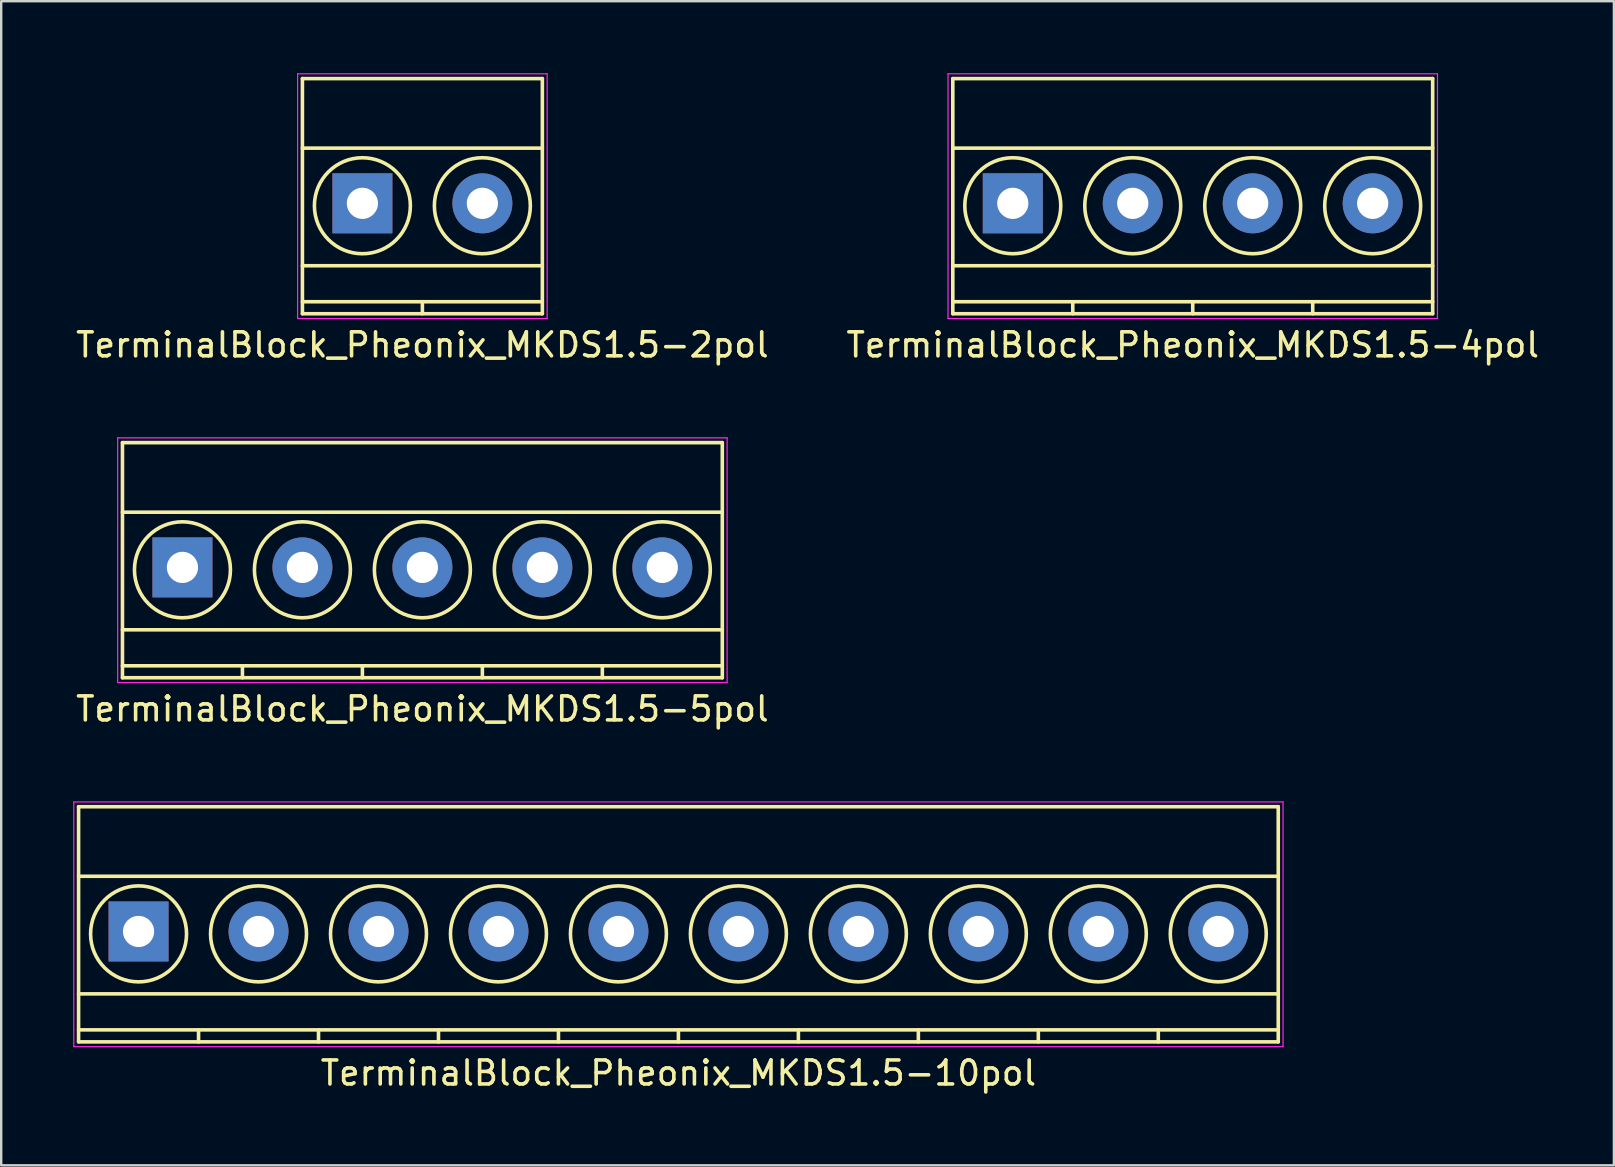
<source format=kicad_pcb>
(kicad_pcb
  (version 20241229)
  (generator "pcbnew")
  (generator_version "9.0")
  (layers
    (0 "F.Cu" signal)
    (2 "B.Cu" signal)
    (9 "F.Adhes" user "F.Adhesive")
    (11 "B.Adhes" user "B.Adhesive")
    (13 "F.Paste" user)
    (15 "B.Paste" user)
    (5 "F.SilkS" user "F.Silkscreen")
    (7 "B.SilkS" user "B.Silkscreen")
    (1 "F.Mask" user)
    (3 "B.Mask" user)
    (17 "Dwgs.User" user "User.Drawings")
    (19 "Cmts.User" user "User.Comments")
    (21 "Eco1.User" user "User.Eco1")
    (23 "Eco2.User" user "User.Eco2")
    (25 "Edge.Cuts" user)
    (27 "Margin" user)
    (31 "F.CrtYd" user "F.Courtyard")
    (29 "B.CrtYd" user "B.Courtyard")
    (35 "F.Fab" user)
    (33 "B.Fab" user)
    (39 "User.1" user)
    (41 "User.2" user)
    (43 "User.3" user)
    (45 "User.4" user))
  (footprint "TerminalBlock_Pheonix_MKDS1.5-4pol"
    (layer "F.Cu")
    (at 39.161 5.425)
    (property "Reference" "TerminalBlock_Pheonix_MKDS1.5-4pol" (at 7.5 5.9 0) (layer "F.SilkS") (effects (font (size 1 1) (thickness 0.15))))
    (attr through_hole)
    (fp_line (start -2.5 -5.2) (end -2.5 4.6) (stroke (width 0.15) (type solid)) (layer "F.SilkS"))
    (fp_line (start -2.5 -2.3) (end 17.5 -2.3) (stroke (width 0.15) (type solid)) (layer "F.SilkS"))
    (fp_line (start -2.5 2.6) (end 17.5 2.6) (stroke (width 0.15) (type solid)) (layer "F.SilkS"))
    (fp_line (start -2.5 4.1) (end 17.5 4.1) (stroke (width 0.15) (type solid)) (layer "F.SilkS"))
    (fp_line (start -2.5 4.6) (end 17.5 4.6) (stroke (width 0.15) (type solid)) (layer "F.SilkS"))
    (fp_line (start 2.5 4.1) (end 2.5 4.6) (stroke (width 0.15) (type solid)) (layer "F.SilkS"))
    (fp_line (start 7.5 4.1) (end 7.5 4.6) (stroke (width 0.15) (type solid)) (layer "F.SilkS"))
    (fp_line (start 12.5 4.1) (end 12.5 4.6) (stroke (width 0.15) (type solid)) (layer "F.SilkS"))
    (fp_line (start 17.5 -5.2) (end -2.5 -5.2) (stroke (width 0.15) (type solid)) (layer "F.SilkS"))
    (fp_line (start 17.5 4.6) (end 17.5 -5.2) (stroke (width 0.15) (type solid)) (layer "F.SilkS"))
    (fp_circle (center 0 0.1) (end 2 0.1) (stroke (width 0.15) (type solid)) (fill no) (layer "F.SilkS"))
    (fp_circle (center 5 0.1) (end 3 0.1) (stroke (width 0.15) (type solid)) (fill no) (layer "F.SilkS"))
    (fp_circle (center 10 0.1) (end 8 0.1) (stroke (width 0.15) (type solid)) (fill no) (layer "F.SilkS"))
    (fp_circle (center 15 0.1) (end 13 0.1) (stroke (width 0.15) (type solid)) (fill no) (layer "F.SilkS"))
    (fp_line (start -2.7 -5.4) (end 17.7 -5.4) (stroke (width 0.05) (type solid)) (layer "F.CrtYd"))
    (fp_line (start -2.7 4.8) (end -2.7 -5.4) (stroke (width 0.05) (type solid)) (layer "F.CrtYd"))
    (fp_line (start 17.7 -5.4) (end 17.7 4.8) (stroke (width 0.05) (type solid)) (layer "F.CrtYd"))
    (fp_line (start 17.7 4.8) (end -2.7 4.8) (stroke (width 0.05) (type solid)) (layer "F.CrtYd"))
    (pad "1" thru_hole rect (at 0 0) (size 2.5 2.5) (drill 1.3) (layers "*.Cu" "*.Mask"))
    (pad "2" thru_hole circle (at 5 0) (size 2.5 2.5) (drill 1.3) (layers "*.Cu" "*.Mask"))
    (pad "3" thru_hole circle (at 10 0) (size 2.5 2.5) (drill 1.3) (layers "*.Cu" "*.Mask"))
    (pad "4" thru_hole circle (at 15 0) (size 2.5 2.5) (drill 1.3) (layers "*.Cu" "*.Mask")))
  (footprint "TerminalBlock_Pheonix_MKDS1.5-2pol"
    (layer "F.Cu")
    (at 12.054 5.425)
    (property "Reference" "TerminalBlock_Pheonix_MKDS1.5-2pol" (at 2.5 5.9 0) (layer "F.SilkS") (effects (font (size 1 1) (thickness 0.15))))
    (attr through_hole)
    (fp_line (start -2.5 -5.2) (end -2.5 4.6) (stroke (width 0.15) (type solid)) (layer "F.SilkS"))
    (fp_line (start -2.5 -2.3) (end 7.5 -2.3) (stroke (width 0.15) (type solid)) (layer "F.SilkS"))
    (fp_line (start -2.5 2.6) (end 7.5 2.6) (stroke (width 0.15) (type solid)) (layer "F.SilkS"))
    (fp_line (start -2.5 4.1) (end 7.5 4.1) (stroke (width 0.15) (type solid)) (layer "F.SilkS"))
    (fp_line (start -2.5 4.6) (end 7.5 4.6) (stroke (width 0.15) (type solid)) (layer "F.SilkS"))
    (fp_line (start 2.5 4.1) (end 2.5 4.6) (stroke (width 0.15) (type solid)) (layer "F.SilkS"))
    (fp_line (start 7.5 -5.2) (end -2.5 -5.2) (stroke (width 0.15) (type solid)) (layer "F.SilkS"))
    (fp_line (start 7.5 4.6) (end 7.5 -5.2) (stroke (width 0.15) (type solid)) (layer "F.SilkS"))
    (fp_circle (center 0 0.1) (end 2 0.1) (stroke (width 0.15) (type solid)) (fill no) (layer "F.SilkS"))
    (fp_circle (center 5 0.1) (end 3 0.1) (stroke (width 0.15) (type solid)) (fill no) (layer "F.SilkS"))
    (fp_line (start -2.7 -5.4) (end 7.7 -5.4) (stroke (width 0.05) (type solid)) (layer "F.CrtYd"))
    (fp_line (start -2.7 4.8) (end -2.7 -5.4) (stroke (width 0.05) (type solid)) (layer "F.CrtYd"))
    (fp_line (start 7.7 -5.4) (end 7.7 4.8) (stroke (width 0.05) (type solid)) (layer "F.CrtYd"))
    (fp_line (start 7.7 4.8) (end -2.7 4.8) (stroke (width 0.05) (type solid)) (layer "F.CrtYd"))
    (pad "1" thru_hole rect (at 0 0) (size 2.5 2.5) (drill 1.3) (layers "*.Cu" "*.Mask"))
    (pad "2" thru_hole circle (at 5 0) (size 2.5 2.5) (drill 1.3) (layers "*.Cu" "*.Mask")))
  (footprint "TerminalBlock_Pheonix_MKDS1.5-5pol"
    (layer "F.Cu")
    (at 4.554 20.598)
    (property "Reference" "TerminalBlock_Pheonix_MKDS1.5-5pol" (at 10 5.9 0) (layer "F.SilkS") (effects (font (size 1 1) (thickness 0.15))))
    (attr through_hole)
    (fp_line (start -2.5 -5.2) (end -2.5 4.6) (stroke (width 0.15) (type solid)) (layer "F.SilkS"))
    (fp_line (start -2.5 -2.3) (end 22.5 -2.3) (stroke (width 0.15) (type solid)) (layer "F.SilkS"))
    (fp_line (start -2.5 2.6) (end 22.5 2.6) (stroke (width 0.15) (type solid)) (layer "F.SilkS"))
    (fp_line (start -2.5 4.1) (end 22.5 4.1) (stroke (width 0.15) (type solid)) (layer "F.SilkS"))
    (fp_line (start -2.5 4.6) (end 22.5 4.6) (stroke (width 0.15) (type solid)) (layer "F.SilkS"))
    (fp_line (start 2.5 4.1) (end 2.5 4.6) (stroke (width 0.15) (type solid)) (layer "F.SilkS"))
    (fp_line (start 7.5 4.1) (end 7.5 4.6) (stroke (width 0.15) (type solid)) (layer "F.SilkS"))
    (fp_line (start 12.5 4.1) (end 12.5 4.6) (stroke (width 0.15) (type solid)) (layer "F.SilkS"))
    (fp_line (start 17.5 4.1) (end 17.5 4.6) (stroke (width 0.15) (type solid)) (layer "F.SilkS"))
    (fp_line (start 22.5 -5.2) (end -2.5 -5.2) (stroke (width 0.15) (type solid)) (layer "F.SilkS"))
    (fp_line (start 22.5 4.6) (end 22.5 -5.2) (stroke (width 0.15) (type solid)) (layer "F.SilkS"))
    (fp_circle (center 0 0.1) (end 2 0.1) (stroke (width 0.15) (type solid)) (fill no) (layer "F.SilkS"))
    (fp_circle (center 5 0.1) (end 3 0.1) (stroke (width 0.15) (type solid)) (fill no) (layer "F.SilkS"))
    (fp_circle (center 10 0.1) (end 8 0.1) (stroke (width 0.15) (type solid)) (fill no) (layer "F.SilkS"))
    (fp_circle (center 15 0.1) (end 13 0.1) (stroke (width 0.15) (type solid)) (fill no) (layer "F.SilkS"))
    (fp_circle (center 20 0.1) (end 18 0.1) (stroke (width 0.15) (type solid)) (fill no) (layer "F.SilkS"))
    (fp_line (start -2.7 -5.4) (end -2.7 4.8) (stroke (width 0.05) (type solid)) (layer "F.CrtYd"))
    (fp_line (start -2.7 4.8) (end 22.7 4.8) (stroke (width 0.05) (type solid)) (layer "F.CrtYd"))
    (fp_line (start 22.7 -5.4) (end -2.7 -5.4) (stroke (width 0.05) (type solid)) (layer "F.CrtYd"))
    (fp_line (start 22.7 4.8) (end 22.7 -5.4) (stroke (width 0.05) (type solid)) (layer "F.CrtYd"))
    (pad "1" thru_hole rect (at 0 0) (size 2.5 2.5) (drill 1.3) (layers "*.Cu" "*.Mask"))
    (pad "2" thru_hole circle (at 5 0) (size 2.5 2.5) (drill 1.3) (layers "*.Cu" "*.Mask"))
    (pad "3" thru_hole circle (at 10 0) (size 2.5 2.5) (drill 1.3) (layers "*.Cu" "*.Mask"))
    (pad "4" thru_hole circle (at 15 0) (size 2.5 2.5) (drill 1.3) (layers "*.Cu" "*.Mask"))
    (pad "5" thru_hole circle (at 20 0) (size 2.5 2.5) (drill 1.3) (layers "*.Cu" "*.Mask")))
  (footprint "TerminalBlock_Pheonix_MKDS1.5-10pol"
    (layer "F.Cu")
    (at 2.725 35.772)
    (property "Reference" "TerminalBlock_Pheonix_MKDS1.5-10pol" (at 22.5 5.9 0) (layer "F.SilkS") (effects (font (size 1 1) (thickness 0.15))))
    (attr through_hole)
    (fp_line (start -2.5 -5.2) (end -2.5 4.6) (stroke (width 0.15) (type solid)) (layer "F.SilkS"))
    (fp_line (start -2.5 -2.3) (end 47.5 -2.3) (stroke (width 0.15) (type solid)) (layer "F.SilkS"))
    (fp_line (start -2.5 2.6) (end 47.5 2.6) (stroke (width 0.15) (type solid)) (layer "F.SilkS"))
    (fp_line (start -2.5 4.1) (end 47.5 4.1) (stroke (width 0.15) (type solid)) (layer "F.SilkS"))
    (fp_line (start -2.5 4.6) (end 47.5 4.6) (stroke (width 0.15) (type solid)) (layer "F.SilkS"))
    (fp_line (start 2.5 4.1) (end 2.5 4.6) (stroke (width 0.15) (type solid)) (layer "F.SilkS"))
    (fp_line (start 7.5 4.1) (end 7.5 4.6) (stroke (width 0.15) (type solid)) (layer "F.SilkS"))
    (fp_line (start 12.5 4.1) (end 12.5 4.6) (stroke (width 0.15) (type solid)) (layer "F.SilkS"))
    (fp_line (start 17.5 4.1) (end 17.5 4.6) (stroke (width 0.15) (type solid)) (layer "F.SilkS"))
    (fp_line (start 22.5 4.1) (end 22.5 4.6) (stroke (width 0.15) (type solid)) (layer "F.SilkS"))
    (fp_line (start 27.5 4.1) (end 27.5 4.6) (stroke (width 0.15) (type solid)) (layer "F.SilkS"))
    (fp_line (start 32.5 4.1) (end 32.5 4.6) (stroke (width 0.15) (type solid)) (layer "F.SilkS"))
    (fp_line (start 37.5 4.1) (end 37.5 4.6) (stroke (width 0.15) (type solid)) (layer "F.SilkS"))
    (fp_line (start 42.5 4.1) (end 42.5 4.6) (stroke (width 0.15) (type solid)) (layer "F.SilkS"))
    (fp_line (start 47.5 -5.2) (end -2.5 -5.2) (stroke (width 0.15) (type solid)) (layer "F.SilkS"))
    (fp_line (start 47.5 4.6) (end 47.5 -5.2) (stroke (width 0.15) (type solid)) (layer "F.SilkS"))
    (fp_circle (center 0 0.1) (end 2 0.1) (stroke (width 0.15) (type solid)) (fill no) (layer "F.SilkS"))
    (fp_circle (center 5 0.1) (end 3 0.1) (stroke (width 0.15) (type solid)) (fill no) (layer "F.SilkS"))
    (fp_circle (center 10 0.1) (end 8 0.1) (stroke (width 0.15) (type solid)) (fill no) (layer "F.SilkS"))
    (fp_circle (center 15 0.1) (end 13 0.1) (stroke (width 0.15) (type solid)) (fill no) (layer "F.SilkS"))
    (fp_circle (center 20 0.1) (end 18 0.1) (stroke (width 0.15) (type solid)) (fill no) (layer "F.SilkS"))
    (fp_circle (center 25 0.1) (end 23 0.1) (stroke (width 0.15) (type solid)) (fill no) (layer "F.SilkS"))
    (fp_circle (center 30 0.1) (end 28 0.1) (stroke (width 0.15) (type solid)) (fill no) (layer "F.SilkS"))
    (fp_circle (center 35 0.1) (end 33 0.1) (stroke (width 0.15) (type solid)) (fill no) (layer "F.SilkS"))
    (fp_circle (center 40 0.1) (end 38 0.1) (stroke (width 0.15) (type solid)) (fill no) (layer "F.SilkS"))
    (fp_circle (center 45 0.1) (end 43 0.1) (stroke (width 0.15) (type solid)) (fill no) (layer "F.SilkS"))
    (fp_line (start -2.7 -5.4) (end -2.7 4.8) (stroke (width 0.05) (type solid)) (layer "F.CrtYd"))
    (fp_line (start -2.7 4.8) (end 47.7 4.8) (stroke (width 0.05) (type solid)) (layer "F.CrtYd"))
    (fp_line (start 47.7 -5.4) (end -2.7 -5.4) (stroke (width 0.05) (type solid)) (layer "F.CrtYd"))
    (fp_line (start 47.7 4.8) (end 47.7 -5.4) (stroke (width 0.05) (type solid)) (layer "F.CrtYd"))
    (pad "1" thru_hole rect (at 0 0) (size 2.5 2.5) (drill 1.3) (layers "*.Cu" "*.Mask"))
    (pad "2" thru_hole circle (at 5 0) (size 2.5 2.5) (drill 1.3) (layers "*.Cu" "*.Mask"))
    (pad "3" thru_hole circle (at 10 0) (size 2.5 2.5) (drill 1.3) (layers "*.Cu" "*.Mask"))
    (pad "4" thru_hole circle (at 15 0) (size 2.5 2.5) (drill 1.3) (layers "*.Cu" "*.Mask"))
    (pad "5" thru_hole circle (at 20 0) (size 2.5 2.5) (drill 1.3) (layers "*.Cu" "*.Mask"))
    (pad "6" thru_hole circle (at 25 0) (size 2.5 2.5) (drill 1.3) (layers "*.Cu" "*.Mask"))
    (pad "7" thru_hole circle (at 30 0) (size 2.5 2.5) (drill 1.3) (layers "*.Cu" "*.Mask"))
    (pad "8" thru_hole circle (at 35 0) (size 2.5 2.5) (drill 1.3) (layers "*.Cu" "*.Mask"))
    (pad "9" thru_hole circle (at 40 0) (size 2.5 2.5) (drill 1.3) (layers "*.Cu" "*.Mask"))
    (pad "10" thru_hole circle (at 45 0) (size 2.5 2.5) (drill 1.3) (layers "*.Cu" "*.Mask")))
  (gr_rect
    (start -3 -3)
    (end 64.214 45.52)
    (stroke (width 0.1) (type default))
    (fill no)
    (layer "Edge.Cuts")))
</source>
